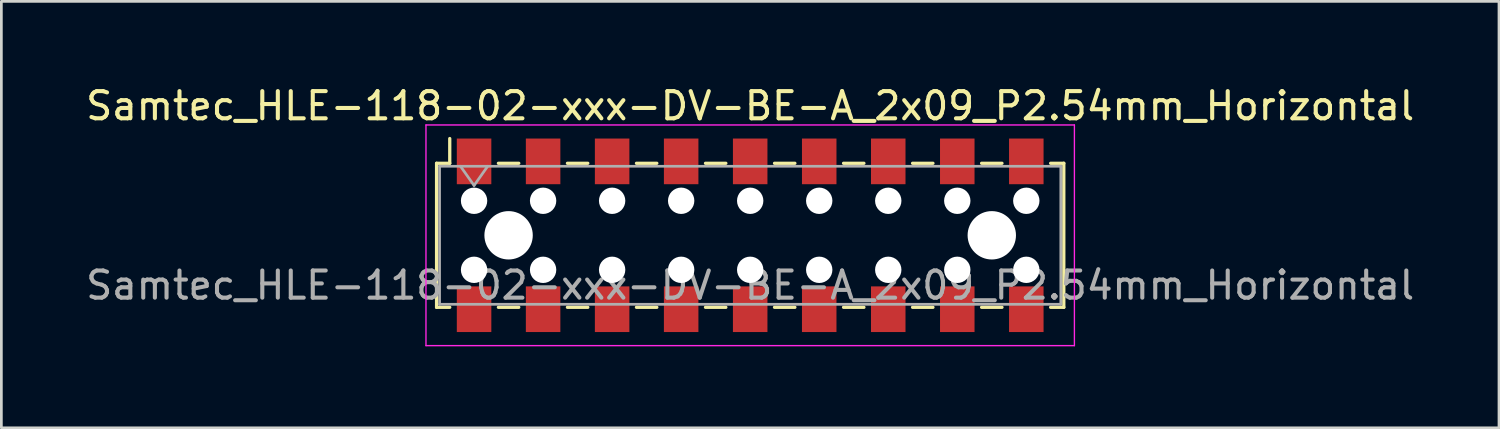
<source format=kicad_pcb>
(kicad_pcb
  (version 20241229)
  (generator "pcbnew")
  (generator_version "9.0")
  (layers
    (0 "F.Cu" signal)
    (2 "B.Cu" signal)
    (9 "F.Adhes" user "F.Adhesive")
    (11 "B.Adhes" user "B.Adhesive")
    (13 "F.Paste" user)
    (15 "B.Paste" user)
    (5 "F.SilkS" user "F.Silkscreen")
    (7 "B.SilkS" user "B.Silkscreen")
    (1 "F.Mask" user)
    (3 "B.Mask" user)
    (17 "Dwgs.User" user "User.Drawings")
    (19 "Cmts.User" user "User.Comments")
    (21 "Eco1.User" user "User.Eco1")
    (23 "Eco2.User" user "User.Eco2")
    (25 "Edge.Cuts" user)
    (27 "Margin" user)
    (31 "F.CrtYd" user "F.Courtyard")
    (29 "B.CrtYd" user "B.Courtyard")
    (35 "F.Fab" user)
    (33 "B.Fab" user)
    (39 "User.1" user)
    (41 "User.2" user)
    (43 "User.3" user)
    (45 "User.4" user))
  (footprint "Samtec_HLE-118-02-xxx-DV-BE-A_2x09_P2.54mm_Horizontal"
    (layer "F.Cu")
    (at 24.554 5.608)
    (property "Reference" "Samtec_HLE-118-02-xxx-DV-BE-A_2x09_P2.54mm_Horizontal" (at 0 -4.76 0) (layer "F.SilkS") (effects (font (size 1 1) (thickness 0.15))))
    (attr smd)
    (fp_line (start -11.54 -2.65) (end -11.54 2.65) (stroke (width 0.12) (type solid)) (layer "F.SilkS"))
    (fp_line (start -11.54 2.65) (end -11.055 2.65) (stroke (width 0.12) (type solid)) (layer "F.SilkS"))
    (fp_line (start -11.055 -3.56) (end -11.055 -2.65) (stroke (width 0.12) (type solid)) (layer "F.SilkS"))
    (fp_line (start -11.055 -2.65) (end -11.54 -2.65) (stroke (width 0.12) (type solid)) (layer "F.SilkS"))
    (fp_line (start -9.265 -2.65) (end -8.515 -2.65) (stroke (width 0.12) (type solid)) (layer "F.SilkS"))
    (fp_line (start -9.265 2.65) (end -8.515 2.65) (stroke (width 0.12) (type solid)) (layer "F.SilkS"))
    (fp_line (start -6.725 -2.65) (end -5.975 -2.65) (stroke (width 0.12) (type solid)) (layer "F.SilkS"))
    (fp_line (start -6.725 2.65) (end -5.975 2.65) (stroke (width 0.12) (type solid)) (layer "F.SilkS"))
    (fp_line (start -4.185 -2.65) (end -3.435 -2.65) (stroke (width 0.12) (type solid)) (layer "F.SilkS"))
    (fp_line (start -4.185 2.65) (end -3.435 2.65) (stroke (width 0.12) (type solid)) (layer "F.SilkS"))
    (fp_line (start -1.645 -2.65) (end -0.895 -2.65) (stroke (width 0.12) (type solid)) (layer "F.SilkS"))
    (fp_line (start -1.645 2.65) (end -0.895 2.65) (stroke (width 0.12) (type solid)) (layer "F.SilkS"))
    (fp_line (start 0.895 -2.65) (end 1.645 -2.65) (stroke (width 0.12) (type solid)) (layer "F.SilkS"))
    (fp_line (start 0.895 2.65) (end 1.645 2.65) (stroke (width 0.12) (type solid)) (layer "F.SilkS"))
    (fp_line (start 3.435 -2.65) (end 4.185 -2.65) (stroke (width 0.12) (type solid)) (layer "F.SilkS"))
    (fp_line (start 3.435 2.65) (end 4.185 2.65) (stroke (width 0.12) (type solid)) (layer "F.SilkS"))
    (fp_line (start 5.975 -2.65) (end 6.725 -2.65) (stroke (width 0.12) (type solid)) (layer "F.SilkS"))
    (fp_line (start 5.975 2.65) (end 6.725 2.65) (stroke (width 0.12) (type solid)) (layer "F.SilkS"))
    (fp_line (start 8.515 -2.65) (end 9.265 -2.65) (stroke (width 0.12) (type solid)) (layer "F.SilkS"))
    (fp_line (start 8.515 2.65) (end 9.265 2.65) (stroke (width 0.12) (type solid)) (layer "F.SilkS"))
    (fp_line (start 11.055 -2.65) (end 11.54 -2.65) (stroke (width 0.12) (type solid)) (layer "F.SilkS"))
    (fp_line (start 11.54 -2.65) (end 11.54 2.65) (stroke (width 0.12) (type solid)) (layer "F.SilkS"))
    (fp_line (start 11.54 2.65) (end 11.055 2.65) (stroke (width 0.12) (type solid)) (layer "F.SilkS"))
    (fp_line (start -11.93 -4.06) (end 11.93 -4.06) (stroke (width 0.05) (type solid)) (layer "F.CrtYd"))
    (fp_line (start -11.93 4.06) (end -11.93 -4.06) (stroke (width 0.05) (type solid)) (layer "F.CrtYd"))
    (fp_line (start 11.93 -4.06) (end 11.93 4.06) (stroke (width 0.05) (type solid)) (layer "F.CrtYd"))
    (fp_line (start 11.93 4.06) (end -11.93 4.06) (stroke (width 0.05) (type solid)) (layer "F.CrtYd"))
    (fp_line (start -11.43 -2.54) (end 11.43 -2.54) (stroke (width 0.1) (type solid)) (layer "F.Fab"))
    (fp_line (start -11.43 2.54) (end -11.43 -2.54) (stroke (width 0.1) (type solid)) (layer "F.Fab"))
    (fp_line (start -10.66 -2.54) (end -10.16 -1.833) (stroke (width 0.1) (type solid)) (layer "F.Fab"))
    (fp_line (start -10.16 -1.833) (end -9.66 -2.54) (stroke (width 0.1) (type solid)) (layer "F.Fab"))
    (fp_line (start 11.43 -2.54) (end 11.43 2.54) (stroke (width 0.1) (type solid)) (layer "F.Fab"))
    (fp_line (start 11.43 2.54) (end -11.43 2.54) (stroke (width 0.1) (type solid)) (layer "F.Fab"))
    (fp_text user "${REFERENCE}" (at 0 1.84 0) (layer "F.Fab") (effects (font (size 1 1) (thickness 0.15))))
    (pad "" np_thru_hole circle (at -10.16 -1.27) (size 0.97 0.97) (drill 0.97) (layers "*.Cu" "*.Mask"))
    (pad "" np_thru_hole circle (at -10.16 1.27) (size 0.97 0.97) (drill 0.97) (layers "*.Cu" "*.Mask"))
    (pad "" np_thru_hole circle (at -8.89 0) (size 1.78 1.78) (drill 1.78) (layers "*.Cu" "*.Mask"))
    (pad "" np_thru_hole circle (at -7.62 -1.27) (size 0.97 0.97) (drill 0.97) (layers "*.Cu" "*.Mask"))
    (pad "" np_thru_hole circle (at -7.62 1.27) (size 0.97 0.97) (drill 0.97) (layers "*.Cu" "*.Mask"))
    (pad "" np_thru_hole circle (at -5.08 -1.27) (size 0.97 0.97) (drill 0.97) (layers "*.Cu" "*.Mask"))
    (pad "" np_thru_hole circle (at -5.08 1.27) (size 0.97 0.97) (drill 0.97) (layers "*.Cu" "*.Mask"))
    (pad "" np_thru_hole circle (at -2.54 -1.27) (size 0.97 0.97) (drill 0.97) (layers "*.Cu" "*.Mask"))
    (pad "" np_thru_hole circle (at -2.54 1.27) (size 0.97 0.97) (drill 0.97) (layers "*.Cu" "*.Mask"))
    (pad "" np_thru_hole circle (at 0 -1.27) (size 0.97 0.97) (drill 0.97) (layers "*.Cu" "*.Mask"))
    (pad "" np_thru_hole circle (at 0 1.27) (size 0.97 0.97) (drill 0.97) (layers "*.Cu" "*.Mask"))
    (pad "" np_thru_hole circle (at 2.54 -1.27) (size 0.97 0.97) (drill 0.97) (layers "*.Cu" "*.Mask"))
    (pad "" np_thru_hole circle (at 2.54 1.27) (size 0.97 0.97) (drill 0.97) (layers "*.Cu" "*.Mask"))
    (pad "" np_thru_hole circle (at 5.08 -1.27) (size 0.97 0.97) (drill 0.97) (layers "*.Cu" "*.Mask"))
    (pad "" np_thru_hole circle (at 5.08 1.27) (size 0.97 0.97) (drill 0.97) (layers "*.Cu" "*.Mask"))
    (pad "" np_thru_hole circle (at 7.62 -1.27) (size 0.97 0.97) (drill 0.97) (layers "*.Cu" "*.Mask"))
    (pad "" np_thru_hole circle (at 7.62 1.27) (size 0.97 0.97) (drill 0.97) (layers "*.Cu" "*.Mask"))
    (pad "" np_thru_hole circle (at 8.89 0) (size 1.78 1.78) (drill 1.78) (layers "*.Cu" "*.Mask"))
    (pad "" np_thru_hole circle (at 10.16 -1.27) (size 0.97 0.97) (drill 0.97) (layers "*.Cu" "*.Mask"))
    (pad "" np_thru_hole circle (at 10.16 1.27) (size 0.97 0.97) (drill 0.97) (layers "*.Cu" "*.Mask"))
    (pad "1" smd rect (at -10.16 -2.72) (size 1.27 1.68) (layers "F.Cu" "F.Mask" "F.Paste"))
    (pad "2" smd rect (at -10.16 2.72) (size 1.27 1.68) (layers "F.Cu" "F.Mask" "F.Paste"))
    (pad "3" smd rect (at -7.62 -2.72) (size 1.27 1.68) (layers "F.Cu" "F.Mask" "F.Paste"))
    (pad "4" smd rect (at -7.62 2.72) (size 1.27 1.68) (layers "F.Cu" "F.Mask" "F.Paste"))
    (pad "5" smd rect (at -5.08 -2.72) (size 1.27 1.68) (layers "F.Cu" "F.Mask" "F.Paste"))
    (pad "6" smd rect (at -5.08 2.72) (size 1.27 1.68) (layers "F.Cu" "F.Mask" "F.Paste"))
    (pad "7" smd rect (at -2.54 -2.72) (size 1.27 1.68) (layers "F.Cu" "F.Mask" "F.Paste"))
    (pad "8" smd rect (at -2.54 2.72) (size 1.27 1.68) (layers "F.Cu" "F.Mask" "F.Paste"))
    (pad "9" smd rect (at 0 -2.72) (size 1.27 1.68) (layers "F.Cu" "F.Mask" "F.Paste"))
    (pad "10" smd rect (at 0 2.72) (size 1.27 1.68) (layers "F.Cu" "F.Mask" "F.Paste"))
    (pad "11" smd rect (at 2.54 -2.72) (size 1.27 1.68) (layers "F.Cu" "F.Mask" "F.Paste"))
    (pad "12" smd rect (at 2.54 2.72) (size 1.27 1.68) (layers "F.Cu" "F.Mask" "F.Paste"))
    (pad "13" smd rect (at 5.08 -2.72) (size 1.27 1.68) (layers "F.Cu" "F.Mask" "F.Paste"))
    (pad "14" smd rect (at 5.08 2.72) (size 1.27 1.68) (layers "F.Cu" "F.Mask" "F.Paste"))
    (pad "15" smd rect (at 7.62 -2.72) (size 1.27 1.68) (layers "F.Cu" "F.Mask" "F.Paste"))
    (pad "16" smd rect (at 7.62 2.72) (size 1.27 1.68) (layers "F.Cu" "F.Mask" "F.Paste"))
    (pad "17" smd rect (at 10.16 -2.72) (size 1.27 1.68) (layers "F.Cu" "F.Mask" "F.Paste"))
    (pad "18" smd rect (at 10.16 2.72) (size 1.27 1.68) (layers "F.Cu" "F.Mask" "F.Paste")))
  (gr_rect
    (start -3 -3)
    (end 52.107 12.693)
    (stroke (width 0.1) (type default))
    (fill no)
    (layer "Edge.Cuts")))
</source>
